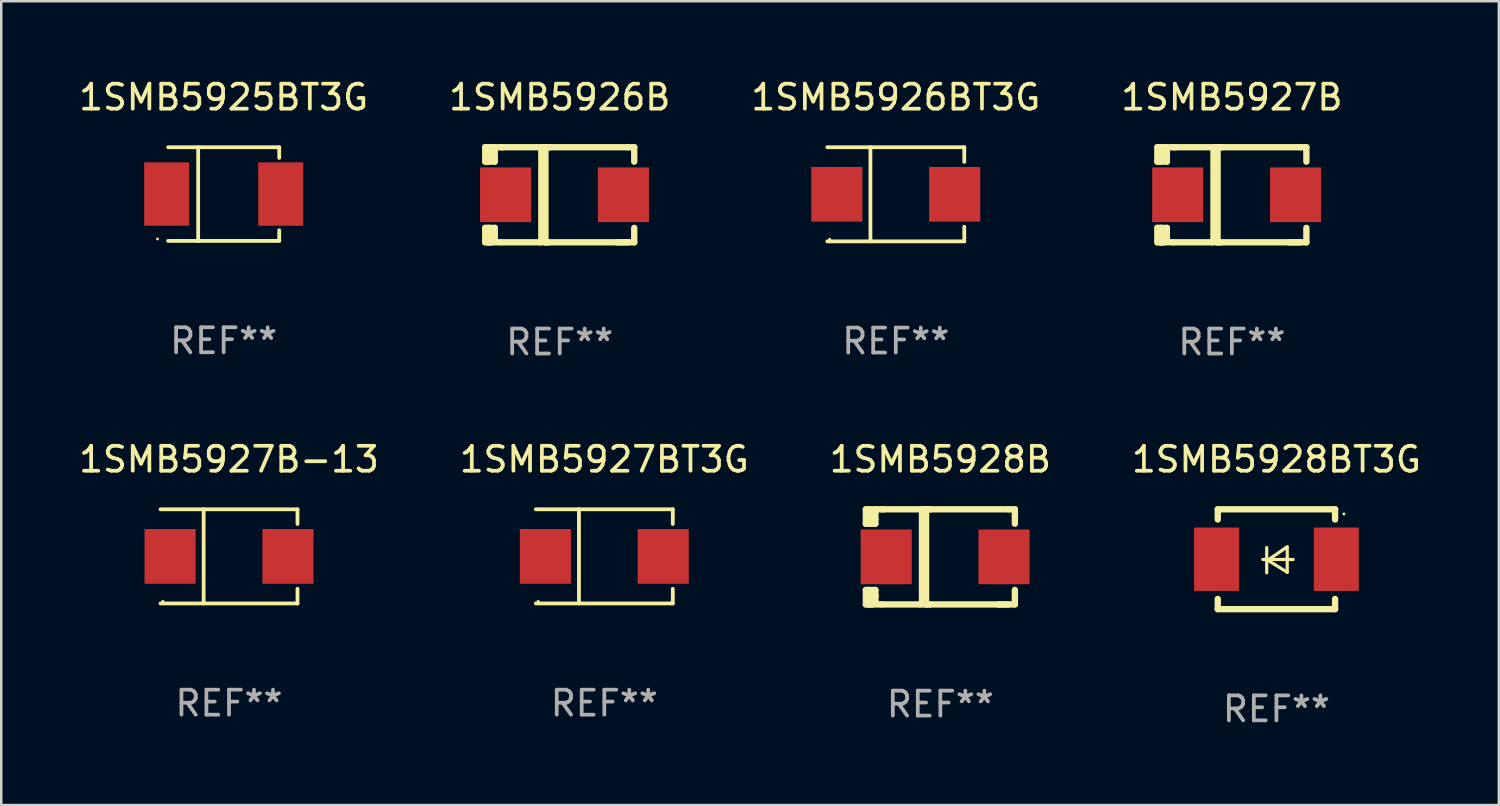
<source format=kicad_pcb>
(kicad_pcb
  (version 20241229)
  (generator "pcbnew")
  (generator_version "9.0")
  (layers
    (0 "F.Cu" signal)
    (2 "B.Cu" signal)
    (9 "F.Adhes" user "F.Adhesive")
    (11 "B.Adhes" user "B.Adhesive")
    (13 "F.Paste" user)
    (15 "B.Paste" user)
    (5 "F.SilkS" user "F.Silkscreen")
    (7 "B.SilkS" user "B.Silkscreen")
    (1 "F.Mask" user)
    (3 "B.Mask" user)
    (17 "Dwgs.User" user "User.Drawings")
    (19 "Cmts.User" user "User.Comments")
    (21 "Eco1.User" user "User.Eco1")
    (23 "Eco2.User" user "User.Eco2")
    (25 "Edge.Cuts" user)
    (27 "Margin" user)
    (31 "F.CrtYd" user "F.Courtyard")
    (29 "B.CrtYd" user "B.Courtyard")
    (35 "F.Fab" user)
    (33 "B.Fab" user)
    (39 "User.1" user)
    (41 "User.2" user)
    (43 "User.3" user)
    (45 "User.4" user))
  (footprint "1SMB5926B"
    (layer "F.Cu")
    (at 19.375 4.753)
    (property "Reference" "1SMB5926B" (at 0 -3.905 0) (layer "F.SilkS") (effects (font (size 1 1) (thickness 0.15))))
    (attr through_hole)
    (fp_line (start -2.985 -1.905) (end -2.985 -1.327) (stroke (width 0.254) (type solid)) (layer "F.SilkS"))
    (fp_line (start -2.985 -1.327) (end -2.858 -1.327) (stroke (width 0.254) (type solid)) (layer "F.SilkS"))
    (fp_line (start -2.985 1.327) (end -2.985 1.905) (stroke (width 0.254) (type solid)) (layer "F.SilkS"))
    (fp_line (start -2.985 1.905) (end -2.858 1.905) (stroke (width 0.254) (type solid)) (layer "F.SilkS"))
    (fp_line (start -2.858 -1.905) (end -2.985 -1.905) (stroke (width 0.254) (type solid)) (layer "F.SilkS"))
    (fp_line (start -2.858 -1.905) (end -2.271 -1.905) (stroke (width 0.254) (type solid)) (layer "F.SilkS"))
    (fp_line (start -2.858 -1.327) (end -2.858 -1.905) (stroke (width 0.254) (type solid)) (layer "F.SilkS"))
    (fp_line (start -2.858 -1.327) (end -2.604 -1.327) (stroke (width 0.254) (type solid)) (layer "F.SilkS"))
    (fp_line (start -2.858 1.327) (end -2.985 1.327) (stroke (width 0.254) (type solid)) (layer "F.SilkS"))
    (fp_line (start -2.858 1.327) (end -2.604 1.327) (stroke (width 0.254) (type solid)) (layer "F.SilkS"))
    (fp_line (start -2.858 1.549) (end -2.604 1.549) (stroke (width 0.254) (type solid)) (layer "F.SilkS"))
    (fp_line (start -2.858 1.905) (end -2.858 1.327) (stroke (width 0.254) (type solid)) (layer "F.SilkS"))
    (fp_line (start -2.806 -1.766) (end -2.858 -1.715) (stroke (width 0.254) (type solid)) (layer "F.SilkS"))
    (fp_line (start -2.796 -1.508) (end -2.858 -1.446) (stroke (width 0.254) (type solid)) (layer "F.SilkS"))
    (fp_line (start -2.776 1.778) (end -2.858 1.696) (stroke (width 0.254) (type solid)) (layer "F.SilkS"))
    (fp_line (start -2.716 1.905) (end -2.858 1.905) (stroke (width 0.254) (type solid)) (layer "F.SilkS"))
    (fp_line (start -2.683 -1.766) (end -2.683 -1.748) (stroke (width 0.254) (type solid)) (layer "F.SilkS"))
    (fp_line (start -2.683 -1.748) (end -2.858 -1.573) (stroke (width 0.254) (type solid)) (layer "F.SilkS"))
    (fp_line (start -2.604 -1.766) (end -2.806 -1.766) (stroke (width 0.254) (type solid)) (layer "F.SilkS"))
    (fp_line (start -2.604 -1.508) (end -2.796 -1.508) (stroke (width 0.254) (type solid)) (layer "F.SilkS"))
    (fp_line (start -2.604 -1.327) (end -2.604 -1.905) (stroke (width 0.254) (type solid)) (layer "F.SilkS"))
    (fp_line (start -2.604 1.327) (end -2.604 1.778) (stroke (width 0.254) (type solid)) (layer "F.SilkS"))
    (fp_line (start -2.604 1.596) (end -2.604 1.563) (stroke (width 0.254) (type solid)) (layer "F.SilkS"))
    (fp_line (start -2.604 1.778) (end -2.776 1.778) (stroke (width 0.254) (type solid)) (layer "F.SilkS"))
    (fp_line (start -2.35 1.905) (end -2.858 1.905) (stroke (width 0.254) (type solid)) (layer "F.SilkS"))
    (fp_line (start -2.35 1.905) (end 2.731 1.905) (stroke (width 0.254) (type solid)) (layer "F.SilkS"))
    (fp_line (start -0.737 -1.905) (end -0.737 1.834) (stroke (width 0.254) (type solid)) (layer "F.SilkS"))
    (fp_line (start -0.737 1.834) (end -0.807 1.905) (stroke (width 0.254) (type solid)) (layer "F.SilkS"))
    (fp_line (start -0.572 -1.905) (end -0.572 1.905) (stroke (width 0.254) (type solid)) (layer "F.SilkS"))
    (fp_line (start -0.572 1.905) (end -0.422 1.905) (stroke (width 0.254) (type solid)) (layer "F.SilkS"))
    (fp_line (start -0.376 -1.905) (end -0.572 -1.905) (stroke (width 0.254) (type solid)) (layer "F.SilkS"))
    (fp_line (start 2.731 -1.905) (end -2.35 -1.905) (stroke (width 0.254) (type solid)) (layer "F.SilkS"))
    (fp_line (start 2.731 -1.905) (end 2.985 -1.905) (stroke (width 0.254) (type solid)) (layer "F.SilkS"))
    (fp_line (start 2.985 -1.905) (end 2.985 -1.327) (stroke (width 0.254) (type solid)) (layer "F.SilkS"))
    (fp_line (start 2.985 1.327) (end 2.985 1.905) (stroke (width 0.254) (type solid)) (layer "F.SilkS"))
    (fp_line (start 2.985 1.905) (end 2.301 1.905) (stroke (width 0.254) (type solid)) (layer "F.SilkS"))
    (fp_circle (center -2.509 1.8) (end -2.479 1.8) (stroke (width 0.06) (type solid)) (fill no) (layer "F.SilkS"))
    (fp_text user "REF**" (at 0 5.905 0) (layer "F.Fab") (effects (font (size 1 1) (thickness 0.15))))
    (pad "1" smd rect (at -2.17 0) (size 2.047 2.192) (layers "F.Cu" "F.Mask" "F.Paste"))
    (pad "2" smd rect (at 2.551 0) (size 2.047 2.192) (layers "F.Cu" "F.Mask" "F.Paste")))
  (footprint "1SMB5927BT3G"
    (layer "F.Cu")
    (at 21.161 19.241)
    (property "Reference" "1SMB5927BT3G" (at 0 -3.886 0) (layer "F.SilkS") (effects (font (size 1 1) (thickness 0.15))))
    (attr through_hole)
    (fp_line (start -2.744 -1.886) (end 2.744 -1.886) (stroke (width 0.152) (type solid)) (layer "F.SilkS"))
    (fp_line (start -2.744 1.886) (end 2.744 1.886) (stroke (width 0.152) (type solid)) (layer "F.SilkS"))
    (fp_line (start -1.016 -1.886) (end -1.016 1.886) (stroke (width 0.152) (type solid)) (layer "F.SilkS"))
    (fp_line (start 2.744 -1.886) (end 2.744 -1.299) (stroke (width 0.152) (type solid)) (layer "F.SilkS"))
    (fp_line (start 2.744 1.886) (end 2.744 1.299) (stroke (width 0.152) (type solid)) (layer "F.SilkS"))
    (fp_circle (center -2.65 1.8) (end -2.62 1.8) (stroke (width 0.06) (type solid)) (fill no) (layer "F.SilkS"))
    (fp_text user "REF**" (at 0 5.886 0) (layer "F.Fab") (effects (font (size 1 1) (thickness 0.15))))
    (pad "1" smd rect (at -2.361 0) (size 2.047 2.192) (layers "F.Cu" "F.Mask" "F.Paste"))
    (pad "2" smd rect (at 2.361 0) (size 2.047 2.192) (layers "F.Cu" "F.Mask" "F.Paste")))
  (footprint "1SMB5927B-13"
    (layer "F.Cu")
    (at 6.125 19.241)
    (property "Reference" "1SMB5927B-13" (at 0 -3.886 0) (layer "F.SilkS") (effects (font (size 1 1) (thickness 0.15))))
    (attr through_hole)
    (fp_line (start -2.744 -1.886) (end 2.744 -1.886) (stroke (width 0.152) (type solid)) (layer "F.SilkS"))
    (fp_line (start -2.744 1.886) (end 2.744 1.886) (stroke (width 0.152) (type solid)) (layer "F.SilkS"))
    (fp_line (start -1.016 -1.886) (end -1.016 1.886) (stroke (width 0.152) (type solid)) (layer "F.SilkS"))
    (fp_line (start 2.744 -1.886) (end 2.744 -1.299) (stroke (width 0.152) (type solid)) (layer "F.SilkS"))
    (fp_line (start 2.744 1.886) (end 2.744 1.299) (stroke (width 0.152) (type solid)) (layer "F.SilkS"))
    (fp_circle (center -2.65 1.8) (end -2.62 1.8) (stroke (width 0.06) (type solid)) (fill no) (layer "F.SilkS"))
    (fp_text user "REF**" (at 0 5.886 0) (layer "F.Fab") (effects (font (size 1 1) (thickness 0.15))))
    (pad "1" smd rect (at -2.361 0) (size 2.047 2.192) (layers "F.Cu" "F.Mask" "F.Paste"))
    (pad "2" smd rect (at 2.361 0) (size 2.047 2.192) (layers "F.Cu" "F.Mask" "F.Paste")))
  (footprint "1SMB5928BT3G"
    (layer "F.Cu")
    (at 48.089 19.355)
    (property "Reference" "1SMB5928BT3G" (at 0 -4 0) (layer "F.SilkS") (effects (font (size 1 1) (thickness 0.15))))
    (attr through_hole)
    (fp_line (start -2.35 -2) (end -2.35 -1.591) (stroke (width 0.254) (type solid)) (layer "F.SilkS"))
    (fp_line (start -2.35 -2) (end 2.35 -2) (stroke (width 0.254) (type solid)) (layer "F.SilkS"))
    (fp_line (start -2.35 1.591) (end -2.35 2) (stroke (width 0.254) (type solid)) (layer "F.SilkS"))
    (fp_line (start -2.35 2) (end 2.35 2) (stroke (width 0.254) (type solid)) (layer "F.SilkS"))
    (fp_line (start -0.548 0.01) (end 0.671 0.01) (stroke (width 0.127) (type solid)) (layer "F.SilkS"))
    (fp_line (start -0.389 -0.47) (end -0.389 0.546) (stroke (width 0.127) (type solid)) (layer "F.SilkS"))
    (fp_line (start -0.35 0.04) (end 0.433 0.52) (stroke (width 0.127) (type solid)) (layer "F.SilkS"))
    (fp_line (start 0.433 -0.5) (end -0.35 0.04) (stroke (width 0.127) (type solid)) (layer "F.SilkS"))
    (fp_line (start 0.433 0.53) (end 0.433 -0.486) (stroke (width 0.127) (type solid)) (layer "F.SilkS"))
    (fp_line (start 2.35 -2) (end 2.35 -1.591) (stroke (width 0.254) (type solid)) (layer "F.SilkS"))
    (fp_line (start 2.35 1.591) (end 2.35 2) (stroke (width 0.254) (type solid)) (layer "F.SilkS"))
    (fp_circle (center 2.704 -1.813) (end 2.734 -1.813) (stroke (width 0.06) (type solid)) (fill no) (layer "F.SilkS"))
    (fp_text user "REF**" (at 0 6 0) (layer "F.Fab") (effects (font (size 1 1) (thickness 0.15))))
    (pad "1" smd rect (at 2.4 0) (size 1.8 2.54) (layers "F.Cu" "F.Mask" "F.Paste"))
    (pad "2" smd rect (at -2.4 0) (size 1.8 2.54) (layers "F.Cu" "F.Mask" "F.Paste")))
  (footprint "1SMB5926BT3G"
    (layer "F.Cu")
    (at 32.839 4.734)
    (property "Reference" "1SMB5926BT3G" (at 0 -3.886 0) (layer "F.SilkS") (effects (font (size 1 1) (thickness 0.15))))
    (attr through_hole)
    (fp_line (start -2.744 -1.886) (end 2.744 -1.886) (stroke (width 0.152) (type solid)) (layer "F.SilkS"))
    (fp_line (start -2.744 1.886) (end 2.744 1.886) (stroke (width 0.152) (type solid)) (layer "F.SilkS"))
    (fp_line (start -1.016 -1.886) (end -1.016 1.886) (stroke (width 0.152) (type solid)) (layer "F.SilkS"))
    (fp_line (start 2.744 -1.886) (end 2.744 -1.299) (stroke (width 0.152) (type solid)) (layer "F.SilkS"))
    (fp_line (start 2.744 1.886) (end 2.744 1.299) (stroke (width 0.152) (type solid)) (layer "F.SilkS"))
    (fp_circle (center -2.65 1.8) (end -2.62 1.8) (stroke (width 0.06) (type solid)) (fill no) (layer "F.SilkS"))
    (fp_text user "REF**" (at 0 5.886 0) (layer "F.Fab") (effects (font (size 1 1) (thickness 0.15))))
    (pad "1" smd rect (at -2.361 0) (size 2.047 2.192) (layers "F.Cu" "F.Mask" "F.Paste"))
    (pad "2" smd rect (at 2.361 0) (size 2.047 2.192) (layers "F.Cu" "F.Mask" "F.Paste")))
  (footprint "1SMB5928B"
    (layer "F.Cu")
    (at 34.625 19.26)
    (property "Reference" "1SMB5928B" (at 0 -3.905 0) (layer "F.SilkS") (effects (font (size 1 1) (thickness 0.15))))
    (attr through_hole)
    (fp_line (start -2.985 -1.905) (end -2.985 -1.327) (stroke (width 0.254) (type solid)) (layer "F.SilkS"))
    (fp_line (start -2.985 -1.327) (end -2.858 -1.327) (stroke (width 0.254) (type solid)) (layer "F.SilkS"))
    (fp_line (start -2.985 1.327) (end -2.985 1.905) (stroke (width 0.254) (type solid)) (layer "F.SilkS"))
    (fp_line (start -2.985 1.905) (end -2.858 1.905) (stroke (width 0.254) (type solid)) (layer "F.SilkS"))
    (fp_line (start -2.858 -1.905) (end -2.985 -1.905) (stroke (width 0.254) (type solid)) (layer "F.SilkS"))
    (fp_line (start -2.858 -1.905) (end -2.271 -1.905) (stroke (width 0.254) (type solid)) (layer "F.SilkS"))
    (fp_line (start -2.858 -1.327) (end -2.858 -1.905) (stroke (width 0.254) (type solid)) (layer "F.SilkS"))
    (fp_line (start -2.858 -1.327) (end -2.604 -1.327) (stroke (width 0.254) (type solid)) (layer "F.SilkS"))
    (fp_line (start -2.858 1.327) (end -2.985 1.327) (stroke (width 0.254) (type solid)) (layer "F.SilkS"))
    (fp_line (start -2.858 1.327) (end -2.604 1.327) (stroke (width 0.254) (type solid)) (layer "F.SilkS"))
    (fp_line (start -2.858 1.549) (end -2.604 1.549) (stroke (width 0.254) (type solid)) (layer "F.SilkS"))
    (fp_line (start -2.858 1.905) (end -2.858 1.327) (stroke (width 0.254) (type solid)) (layer "F.SilkS"))
    (fp_line (start -2.806 -1.766) (end -2.858 -1.715) (stroke (width 0.254) (type solid)) (layer "F.SilkS"))
    (fp_line (start -2.796 -1.508) (end -2.858 -1.446) (stroke (width 0.254) (type solid)) (layer "F.SilkS"))
    (fp_line (start -2.776 1.778) (end -2.858 1.696) (stroke (width 0.254) (type solid)) (layer "F.SilkS"))
    (fp_line (start -2.716 1.905) (end -2.858 1.905) (stroke (width 0.254) (type solid)) (layer "F.SilkS"))
    (fp_line (start -2.683 -1.766) (end -2.683 -1.748) (stroke (width 0.254) (type solid)) (layer "F.SilkS"))
    (fp_line (start -2.683 -1.748) (end -2.858 -1.573) (stroke (width 0.254) (type solid)) (layer "F.SilkS"))
    (fp_line (start -2.604 -1.766) (end -2.806 -1.766) (stroke (width 0.254) (type solid)) (layer "F.SilkS"))
    (fp_line (start -2.604 -1.508) (end -2.796 -1.508) (stroke (width 0.254) (type solid)) (layer "F.SilkS"))
    (fp_line (start -2.604 -1.327) (end -2.604 -1.905) (stroke (width 0.254) (type solid)) (layer "F.SilkS"))
    (fp_line (start -2.604 1.327) (end -2.604 1.778) (stroke (width 0.254) (type solid)) (layer "F.SilkS"))
    (fp_line (start -2.604 1.596) (end -2.604 1.563) (stroke (width 0.254) (type solid)) (layer "F.SilkS"))
    (fp_line (start -2.604 1.778) (end -2.776 1.778) (stroke (width 0.254) (type solid)) (layer "F.SilkS"))
    (fp_line (start -2.35 1.905) (end -2.858 1.905) (stroke (width 0.254) (type solid)) (layer "F.SilkS"))
    (fp_line (start -2.35 1.905) (end 2.731 1.905) (stroke (width 0.254) (type solid)) (layer "F.SilkS"))
    (fp_line (start -0.737 -1.905) (end -0.737 1.834) (stroke (width 0.254) (type solid)) (layer "F.SilkS"))
    (fp_line (start -0.737 1.834) (end -0.807 1.905) (stroke (width 0.254) (type solid)) (layer "F.SilkS"))
    (fp_line (start -0.572 -1.905) (end -0.572 1.905) (stroke (width 0.254) (type solid)) (layer "F.SilkS"))
    (fp_line (start -0.572 1.905) (end -0.422 1.905) (stroke (width 0.254) (type solid)) (layer "F.SilkS"))
    (fp_line (start -0.376 -1.905) (end -0.572 -1.905) (stroke (width 0.254) (type solid)) (layer "F.SilkS"))
    (fp_line (start 2.731 -1.905) (end -2.35 -1.905) (stroke (width 0.254) (type solid)) (layer "F.SilkS"))
    (fp_line (start 2.731 -1.905) (end 2.985 -1.905) (stroke (width 0.254) (type solid)) (layer "F.SilkS"))
    (fp_line (start 2.985 -1.905) (end 2.985 -1.327) (stroke (width 0.254) (type solid)) (layer "F.SilkS"))
    (fp_line (start 2.985 1.327) (end 2.985 1.905) (stroke (width 0.254) (type solid)) (layer "F.SilkS"))
    (fp_line (start 2.985 1.905) (end 2.301 1.905) (stroke (width 0.254) (type solid)) (layer "F.SilkS"))
    (fp_circle (center -2.509 1.8) (end -2.479 1.8) (stroke (width 0.06) (type solid)) (fill no) (layer "F.SilkS"))
    (fp_text user "REF**" (at 0 5.905 0) (layer "F.Fab") (effects (font (size 1 1) (thickness 0.15))))
    (pad "1" smd rect (at -2.17 0) (size 2.047 2.192) (layers "F.Cu" "F.Mask" "F.Paste"))
    (pad "2" smd rect (at 2.551 0) (size 2.047 2.192) (layers "F.Cu" "F.Mask" "F.Paste")))
  (footprint "1SMB5925BT3G"
    (layer "F.Cu")
    (at 5.911 4.728)
    (property "Reference" "1SMB5925BT3G" (at 0 -3.88 0) (layer "F.SilkS") (effects (font (size 1 1) (thickness 0.15))))
    (attr through_hole)
    (fp_line (start -2.226 -1.88) (end 2.226 -1.88) (stroke (width 0.152) (type solid)) (layer "F.SilkS"))
    (fp_line (start -2.226 1.873) (end 2.226 1.873) (stroke (width 0.152) (type solid)) (layer "F.SilkS"))
    (fp_line (start -1.022 -1.873) (end -1.022 1.88) (stroke (width 0.152) (type solid)) (layer "F.SilkS"))
    (fp_line (start 2.226 -1.88) (end 2.226 -1.453) (stroke (width 0.152) (type solid)) (layer "F.SilkS"))
    (fp_line (start 2.226 1.447) (end 2.226 1.873) (stroke (width 0.152) (type solid)) (layer "F.SilkS"))
    (fp_circle (center -2.65 1.797) (end -2.62 1.797) (stroke (width 0.06) (type solid)) (fill no) (layer "F.SilkS"))
    (fp_text user "REF**" (at 0 5.88 0) (layer "F.Fab") (effects (font (size 1 1) (thickness 0.15))))
    (pad "1" smd rect (at -2.285 -0.003) (size 1.8 2.54) (layers "F.Cu" "F.Mask" "F.Paste"))
    (pad "2" smd rect (at 2.285 -0.003) (size 1.8 2.54) (layers "F.Cu" "F.Mask" "F.Paste")))
  (footprint "1SMB5927B"
    (layer "F.Cu")
    (at 46.304 4.753)
    (property "Reference" "1SMB5927B" (at 0 -3.905 0) (layer "F.SilkS") (effects (font (size 1 1) (thickness 0.15))))
    (attr through_hole)
    (fp_line (start -2.985 -1.905) (end -2.985 -1.327) (stroke (width 0.254) (type solid)) (layer "F.SilkS"))
    (fp_line (start -2.985 -1.327) (end -2.858 -1.327) (stroke (width 0.254) (type solid)) (layer "F.SilkS"))
    (fp_line (start -2.985 1.327) (end -2.985 1.905) (stroke (width 0.254) (type solid)) (layer "F.SilkS"))
    (fp_line (start -2.985 1.905) (end -2.858 1.905) (stroke (width 0.254) (type solid)) (layer "F.SilkS"))
    (fp_line (start -2.858 -1.905) (end -2.985 -1.905) (stroke (width 0.254) (type solid)) (layer "F.SilkS"))
    (fp_line (start -2.858 -1.905) (end -2.271 -1.905) (stroke (width 0.254) (type solid)) (layer "F.SilkS"))
    (fp_line (start -2.858 -1.327) (end -2.858 -1.905) (stroke (width 0.254) (type solid)) (layer "F.SilkS"))
    (fp_line (start -2.858 -1.327) (end -2.604 -1.327) (stroke (width 0.254) (type solid)) (layer "F.SilkS"))
    (fp_line (start -2.858 1.327) (end -2.985 1.327) (stroke (width 0.254) (type solid)) (layer "F.SilkS"))
    (fp_line (start -2.858 1.327) (end -2.604 1.327) (stroke (width 0.254) (type solid)) (layer "F.SilkS"))
    (fp_line (start -2.858 1.549) (end -2.604 1.549) (stroke (width 0.254) (type solid)) (layer "F.SilkS"))
    (fp_line (start -2.858 1.905) (end -2.858 1.327) (stroke (width 0.254) (type solid)) (layer "F.SilkS"))
    (fp_line (start -2.806 -1.766) (end -2.858 -1.715) (stroke (width 0.254) (type solid)) (layer "F.SilkS"))
    (fp_line (start -2.796 -1.508) (end -2.858 -1.446) (stroke (width 0.254) (type solid)) (layer "F.SilkS"))
    (fp_line (start -2.776 1.778) (end -2.858 1.696) (stroke (width 0.254) (type solid)) (layer "F.SilkS"))
    (fp_line (start -2.716 1.905) (end -2.858 1.905) (stroke (width 0.254) (type solid)) (layer "F.SilkS"))
    (fp_line (start -2.683 -1.766) (end -2.683 -1.748) (stroke (width 0.254) (type solid)) (layer "F.SilkS"))
    (fp_line (start -2.683 -1.748) (end -2.858 -1.573) (stroke (width 0.254) (type solid)) (layer "F.SilkS"))
    (fp_line (start -2.604 -1.766) (end -2.806 -1.766) (stroke (width 0.254) (type solid)) (layer "F.SilkS"))
    (fp_line (start -2.604 -1.508) (end -2.796 -1.508) (stroke (width 0.254) (type solid)) (layer "F.SilkS"))
    (fp_line (start -2.604 -1.327) (end -2.604 -1.905) (stroke (width 0.254) (type solid)) (layer "F.SilkS"))
    (fp_line (start -2.604 1.327) (end -2.604 1.778) (stroke (width 0.254) (type solid)) (layer "F.SilkS"))
    (fp_line (start -2.604 1.596) (end -2.604 1.563) (stroke (width 0.254) (type solid)) (layer "F.SilkS"))
    (fp_line (start -2.604 1.778) (end -2.776 1.778) (stroke (width 0.254) (type solid)) (layer "F.SilkS"))
    (fp_line (start -2.35 1.905) (end -2.858 1.905) (stroke (width 0.254) (type solid)) (layer "F.SilkS"))
    (fp_line (start -2.35 1.905) (end 2.731 1.905) (stroke (width 0.254) (type solid)) (layer "F.SilkS"))
    (fp_line (start -0.737 -1.905) (end -0.737 1.834) (stroke (width 0.254) (type solid)) (layer "F.SilkS"))
    (fp_line (start -0.737 1.834) (end -0.807 1.905) (stroke (width 0.254) (type solid)) (layer "F.SilkS"))
    (fp_line (start -0.572 -1.905) (end -0.572 1.905) (stroke (width 0.254) (type solid)) (layer "F.SilkS"))
    (fp_line (start -0.572 1.905) (end -0.422 1.905) (stroke (width 0.254) (type solid)) (layer "F.SilkS"))
    (fp_line (start -0.376 -1.905) (end -0.572 -1.905) (stroke (width 0.254) (type solid)) (layer "F.SilkS"))
    (fp_line (start 2.731 -1.905) (end -2.35 -1.905) (stroke (width 0.254) (type solid)) (layer "F.SilkS"))
    (fp_line (start 2.731 -1.905) (end 2.985 -1.905) (stroke (width 0.254) (type solid)) (layer "F.SilkS"))
    (fp_line (start 2.985 -1.905) (end 2.985 -1.327) (stroke (width 0.254) (type solid)) (layer "F.SilkS"))
    (fp_line (start 2.985 1.327) (end 2.985 1.905) (stroke (width 0.254) (type solid)) (layer "F.SilkS"))
    (fp_line (start 2.985 1.905) (end 2.301 1.905) (stroke (width 0.254) (type solid)) (layer "F.SilkS"))
    (fp_circle (center -2.509 1.8) (end -2.479 1.8) (stroke (width 0.06) (type solid)) (fill no) (layer "F.SilkS"))
    (fp_text user "REF**" (at 0 5.905 0) (layer "F.Fab") (effects (font (size 1 1) (thickness 0.15))))
    (pad "1" smd rect (at -2.17 0) (size 2.047 2.192) (layers "F.Cu" "F.Mask" "F.Paste"))
    (pad "2" smd rect (at 2.551 0) (size 2.047 2.192) (layers "F.Cu" "F.Mask" "F.Paste")))
  (gr_rect
    (start -3 -3)
    (end 57 29.203)
    (stroke (width 0.1) (type default))
    (fill no)
    (layer "Edge.Cuts")))
</source>
